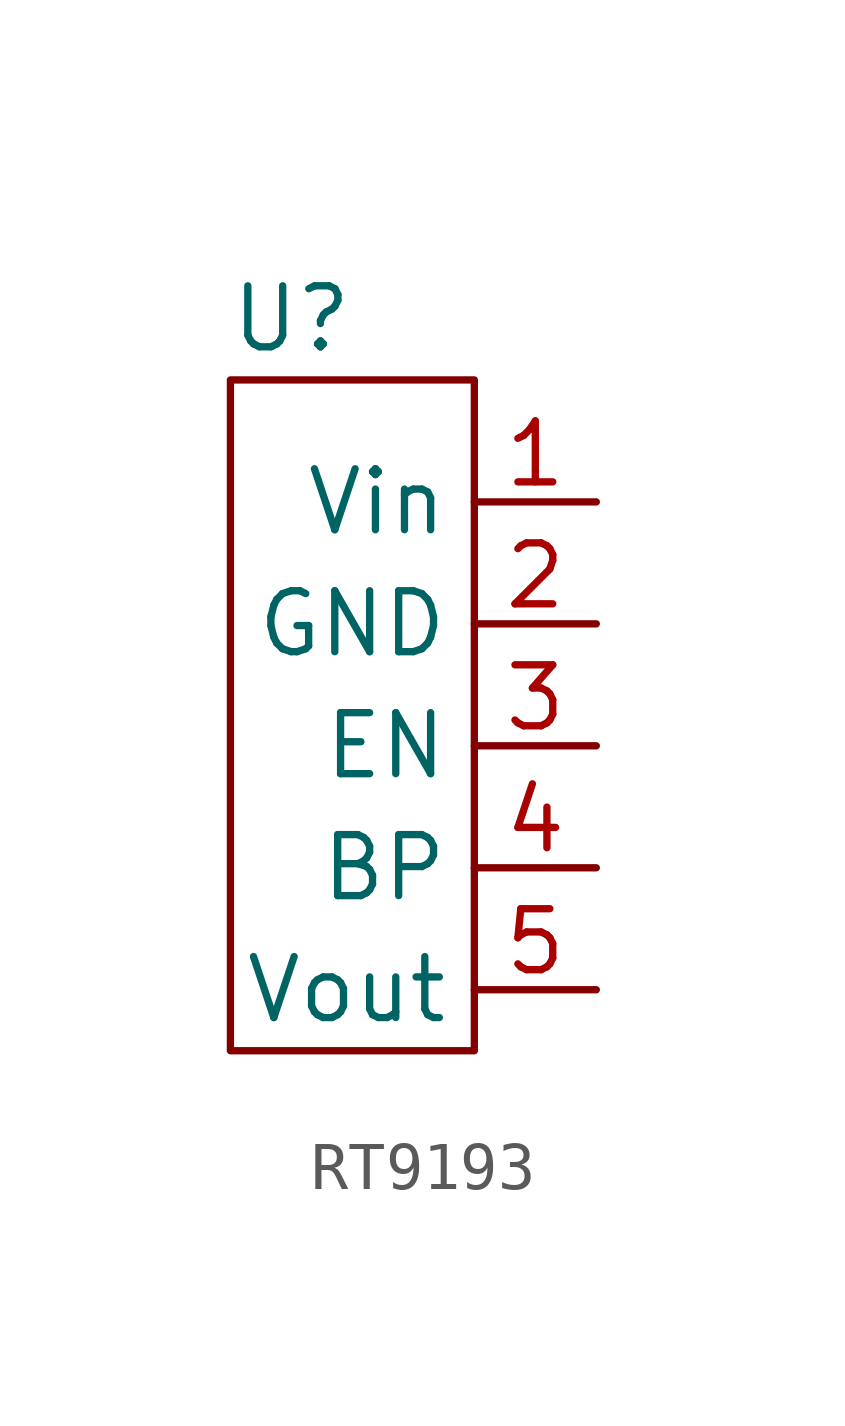
<source format=kicad_sym>
(kicad_symbol_lib
  (version 20220914)
  (generator kicad_symbol_editor)
  (symbol "RT9193"
    (property "Reference" "U"
      (at 0 0 0)
      (effects (font (size 1.27 1.27))))
    (property "Value" ""
      (at 0 0 0)
      (effects (font (size 1.27 1.27))))
    (symbol "RT9193_0_1"
      (rectangle (start 3.81 -1.27) (end -1.27 -15.24) (stroke (width 0) (type default)) (fill (type none))))
    (symbol "RT9193_1_1"
      (pin power_in line (at 6.35 -3.81 180) (length 2.54) (name "Vin" (effects (font (size 1.27 1.27)))) (number "1" (effects (font (size 1.27 1.27)))))
      (pin power_in line (at 6.35 -6.35 180) (length 2.54) (name "GND" (effects (font (size 1.27 1.27)))) (number "2" (effects (font (size 1.27 1.27)))))
      (pin input line (at 6.35 -8.89 180) (length 2.54) (name "EN" (effects (font (size 1.27 1.27)))) (number "3" (effects (font (size 1.27 1.27)))))
      (pin input line (at 6.35 -11.43 180) (length 2.54) (name "BP" (effects (font (size 1.27 1.27)))) (number "4" (effects (font (size 1.27 1.27)))))
      (pin power_out line (at 6.35 -13.97 180) (length 2.54) (name "Vout" (effects (font (size 1.27 1.27)))) (number "5" (effects (font (size 1.27 1.27))))))))
</source>
